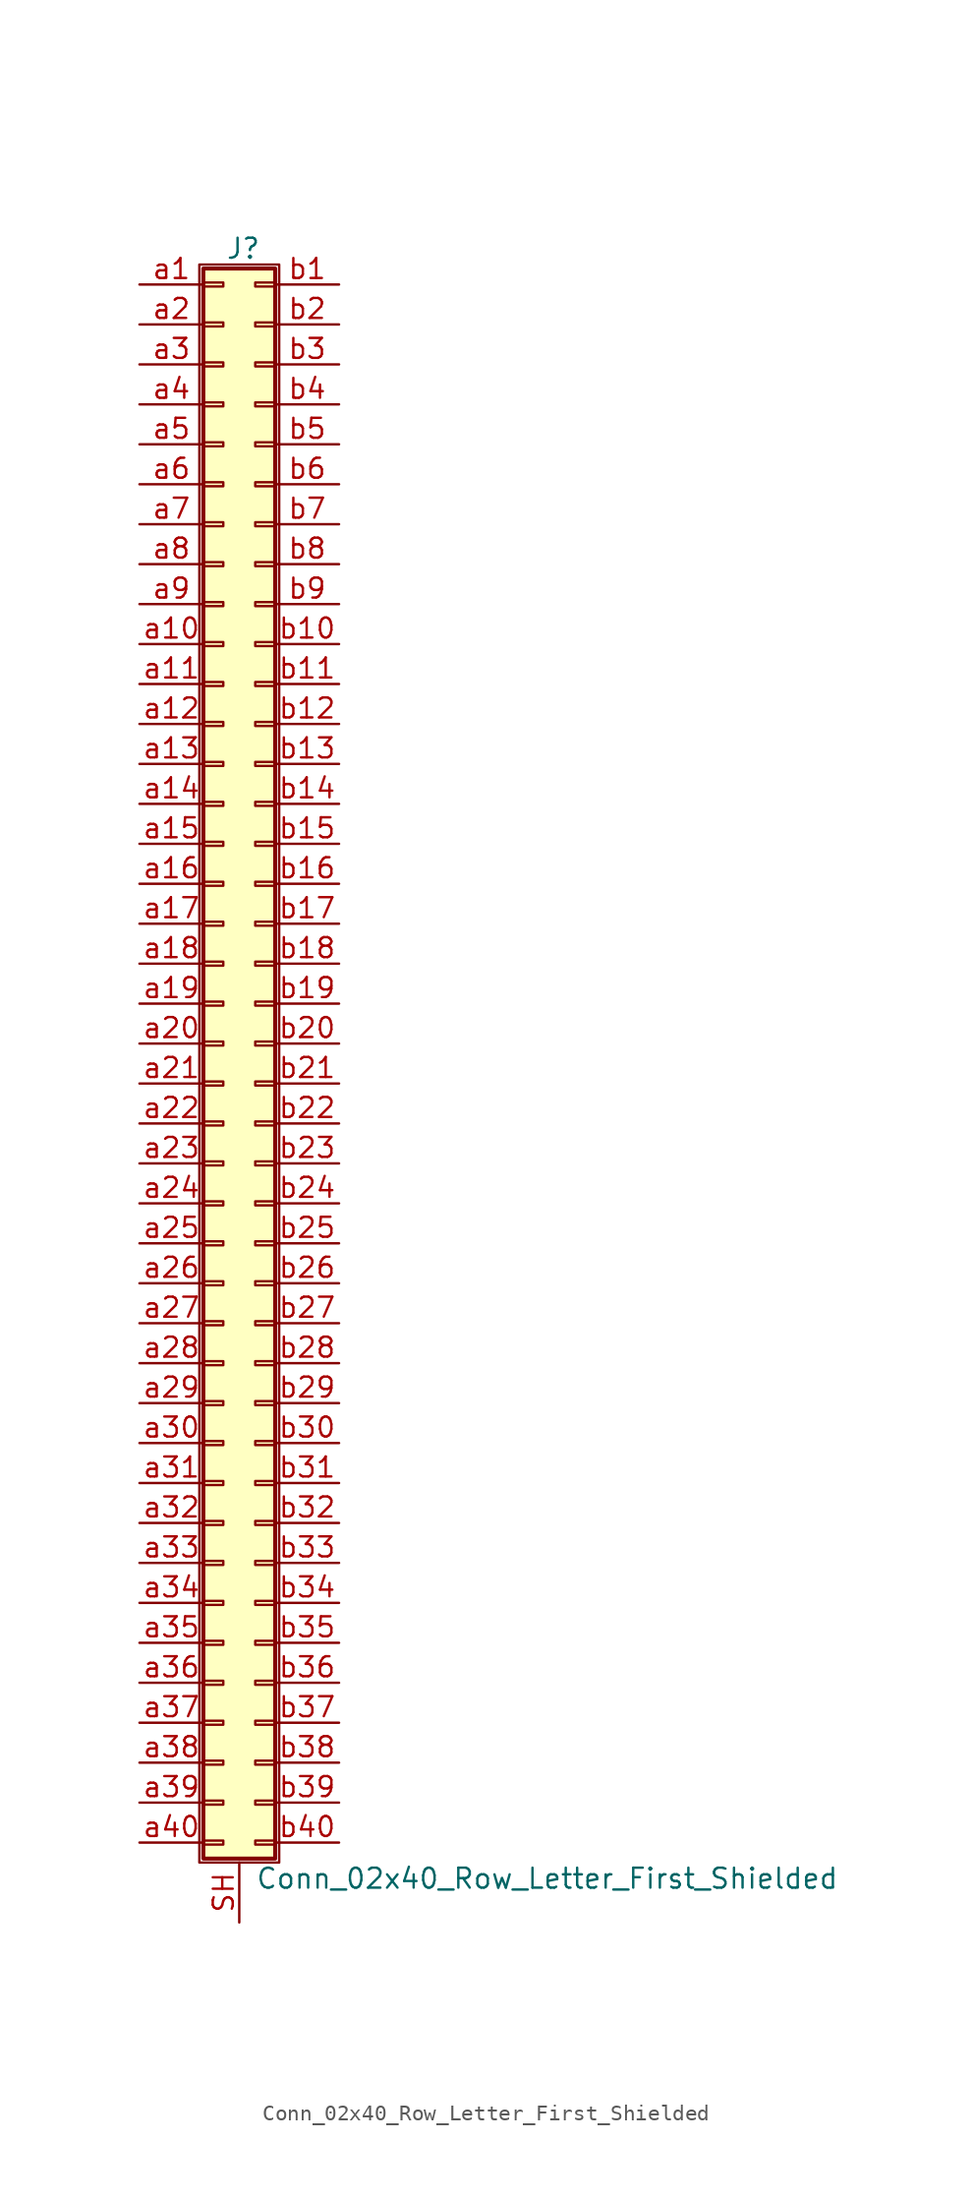
<source format=kicad_sym>
(kicad_symbol_lib
  (version 20220914)
  (generator kicad_symbol_editor)
  (symbol "Conn_02x40_Row_Letter_First_Shielded"
    (pin_names
      (offset 1.016) hide)
    (property "Reference" "J"
      (at 1.524 50.546 0)
      (effects (font (size 1.27 1.27))))
    (property "Value" "Conn_02x40_Row_Letter_First_Shielded"
      (at 2.286 -53.086 0)
      (effects (font (size 1.27 1.27)) (justify left)))
    (symbol "Conn_02x40_Row_Letter_First_Shielded_1_1"
      (rectangle (start -1.27 49.53) (end 3.81 -52.07) (stroke (width 0.152) (type default)) (fill (type none)))
      (rectangle (start -1.016 -50.673) (end 0.254 -50.927) (stroke (width 0.152) (type default)) (fill (type none)))
      (rectangle (start -1.016 -48.133) (end 0.254 -48.387) (stroke (width 0.152) (type default)) (fill (type none)))
      (rectangle (start -1.016 -45.593) (end 0.254 -45.847) (stroke (width 0.152) (type default)) (fill (type none)))
      (rectangle (start -1.016 -43.053) (end 0.254 -43.307) (stroke (width 0.152) (type default)) (fill (type none)))
      (rectangle (start -1.016 -40.513) (end 0.254 -40.767) (stroke (width 0.152) (type default)) (fill (type none)))
      (rectangle (start -1.016 -37.973) (end 0.254 -38.227) (stroke (width 0.152) (type default)) (fill (type none)))
      (rectangle (start -1.016 -35.433) (end 0.254 -35.687) (stroke (width 0.152) (type default)) (fill (type none)))
      (rectangle (start -1.016 -32.893) (end 0.254 -33.147) (stroke (width 0.152) (type default)) (fill (type none)))
      (rectangle (start -1.016 -30.353) (end 0.254 -30.607) (stroke (width 0.152) (type default)) (fill (type none)))
      (rectangle (start -1.016 -27.813) (end 0.254 -28.067) (stroke (width 0.152) (type default)) (fill (type none)))
      (rectangle (start -1.016 -25.273) (end 0.254 -25.527) (stroke (width 0.152) (type default)) (fill (type none)))
      (rectangle (start -1.016 -22.733) (end 0.254 -22.987) (stroke (width 0.152) (type default)) (fill (type none)))
      (rectangle (start -1.016 -20.193) (end 0.254 -20.447) (stroke (width 0.152) (type default)) (fill (type none)))
      (rectangle (start -1.016 -17.653) (end 0.254 -17.907) (stroke (width 0.152) (type default)) (fill (type none)))
      (rectangle (start -1.016 -15.113) (end 0.254 -15.367) (stroke (width 0.152) (type default)) (fill (type none)))
      (rectangle (start -1.016 -12.573) (end 0.254 -12.827) (stroke (width 0.152) (type default)) (fill (type none)))
      (rectangle (start -1.016 -10.033) (end 0.254 -10.287) (stroke (width 0.152) (type default)) (fill (type none)))
      (rectangle (start -1.016 -7.493) (end 0.254 -7.747) (stroke (width 0.152) (type default)) (fill (type none)))
      (rectangle (start -1.016 -4.953) (end 0.254 -5.207) (stroke (width 0.152) (type default)) (fill (type none)))
      (rectangle (start -1.016 -2.413) (end 0.254 -2.667) (stroke (width 0.152) (type default)) (fill (type none)))
      (rectangle (start -1.016 0.127) (end 0.254 -0.127) (stroke (width 0.152) (type default)) (fill (type none)))
      (rectangle (start -1.016 2.667) (end 0.254 2.413) (stroke (width 0.152) (type default)) (fill (type none)))
      (rectangle (start -1.016 5.207) (end 0.254 4.953) (stroke (width 0.152) (type default)) (fill (type none)))
      (rectangle (start -1.016 7.747) (end 0.254 7.493) (stroke (width 0.152) (type default)) (fill (type none)))
      (rectangle (start -1.016 10.287) (end 0.254 10.033) (stroke (width 0.152) (type default)) (fill (type none)))
      (rectangle (start -1.016 12.827) (end 0.254 12.573) (stroke (width 0.152) (type default)) (fill (type none)))
      (rectangle (start -1.016 15.367) (end 0.254 15.113) (stroke (width 0.152) (type default)) (fill (type none)))
      (rectangle (start -1.016 17.907) (end 0.254 17.653) (stroke (width 0.152) (type default)) (fill (type none)))
      (rectangle (start -1.016 20.447) (end 0.254 20.193) (stroke (width 0.152) (type default)) (fill (type none)))
      (rectangle (start -1.016 22.987) (end 0.254 22.733) (stroke (width 0.152) (type default)) (fill (type none)))
      (rectangle (start -1.016 25.527) (end 0.254 25.273) (stroke (width 0.152) (type default)) (fill (type none)))
      (rectangle (start -1.016 28.067) (end 0.254 27.813) (stroke (width 0.152) (type default)) (fill (type none)))
      (rectangle (start -1.016 30.607) (end 0.254 30.353) (stroke (width 0.152) (type default)) (fill (type none)))
      (rectangle (start -1.016 33.147) (end 0.254 32.893) (stroke (width 0.152) (type default)) (fill (type none)))
      (rectangle (start -1.016 35.687) (end 0.254 35.433) (stroke (width 0.152) (type default)) (fill (type none)))
      (rectangle (start -1.016 38.227) (end 0.254 37.973) (stroke (width 0.152) (type default)) (fill (type none)))
      (rectangle (start -1.016 40.767) (end 0.254 40.513) (stroke (width 0.152) (type default)) (fill (type none)))
      (rectangle (start -1.016 43.307) (end 0.254 43.053) (stroke (width 0.152) (type default)) (fill (type none)))
      (rectangle (start -1.016 45.847) (end 0.254 45.593) (stroke (width 0.152) (type default)) (fill (type none)))
      (rectangle (start -1.016 48.387) (end 0.254 48.133) (stroke (width 0.152) (type default)) (fill (type none)))
      (rectangle (start -1.016 49.276) (end 3.556 -51.816) (stroke (width 0.254) (type default)) (fill (type background)))
      (rectangle (start 3.556 -50.673) (end 2.286 -50.927) (stroke (width 0.152) (type default)) (fill (type none)))
      (rectangle (start 3.556 -48.133) (end 2.286 -48.387) (stroke (width 0.152) (type default)) (fill (type none)))
      (rectangle (start 3.556 -45.593) (end 2.286 -45.847) (stroke (width 0.152) (type default)) (fill (type none)))
      (rectangle (start 3.556 -43.053) (end 2.286 -43.307) (stroke (width 0.152) (type default)) (fill (type none)))
      (rectangle (start 3.556 -40.513) (end 2.286 -40.767) (stroke (width 0.152) (type default)) (fill (type none)))
      (rectangle (start 3.556 -37.973) (end 2.286 -38.227) (stroke (width 0.152) (type default)) (fill (type none)))
      (rectangle (start 3.556 -35.433) (end 2.286 -35.687) (stroke (width 0.152) (type default)) (fill (type none)))
      (rectangle (start 3.556 -32.893) (end 2.286 -33.147) (stroke (width 0.152) (type default)) (fill (type none)))
      (rectangle (start 3.556 -30.353) (end 2.286 -30.607) (stroke (width 0.152) (type default)) (fill (type none)))
      (rectangle (start 3.556 -27.813) (end 2.286 -28.067) (stroke (width 0.152) (type default)) (fill (type none)))
      (rectangle (start 3.556 -25.273) (end 2.286 -25.527) (stroke (width 0.152) (type default)) (fill (type none)))
      (rectangle (start 3.556 -22.733) (end 2.286 -22.987) (stroke (width 0.152) (type default)) (fill (type none)))
      (rectangle (start 3.556 -20.193) (end 2.286 -20.447) (stroke (width 0.152) (type default)) (fill (type none)))
      (rectangle (start 3.556 -17.653) (end 2.286 -17.907) (stroke (width 0.152) (type default)) (fill (type none)))
      (rectangle (start 3.556 -15.113) (end 2.286 -15.367) (stroke (width 0.152) (type default)) (fill (type none)))
      (rectangle (start 3.556 -12.573) (end 2.286 -12.827) (stroke (width 0.152) (type default)) (fill (type none)))
      (rectangle (start 3.556 -10.033) (end 2.286 -10.287) (stroke (width 0.152) (type default)) (fill (type none)))
      (rectangle (start 3.556 -7.493) (end 2.286 -7.747) (stroke (width 0.152) (type default)) (fill (type none)))
      (rectangle (start 3.556 -4.953) (end 2.286 -5.207) (stroke (width 0.152) (type default)) (fill (type none)))
      (rectangle (start 3.556 -2.413) (end 2.286 -2.667) (stroke (width 0.152) (type default)) (fill (type none)))
      (rectangle (start 3.556 0.127) (end 2.286 -0.127) (stroke (width 0.152) (type default)) (fill (type none)))
      (rectangle (start 3.556 2.667) (end 2.286 2.413) (stroke (width 0.152) (type default)) (fill (type none)))
      (rectangle (start 3.556 5.207) (end 2.286 4.953) (stroke (width 0.152) (type default)) (fill (type none)))
      (rectangle (start 3.556 7.747) (end 2.286 7.493) (stroke (width 0.152) (type default)) (fill (type none)))
      (rectangle (start 3.556 10.287) (end 2.286 10.033) (stroke (width 0.152) (type default)) (fill (type none)))
      (rectangle (start 3.556 12.827) (end 2.286 12.573) (stroke (width 0.152) (type default)) (fill (type none)))
      (rectangle (start 3.556 15.367) (end 2.286 15.113) (stroke (width 0.152) (type default)) (fill (type none)))
      (rectangle (start 3.556 17.907) (end 2.286 17.653) (stroke (width 0.152) (type default)) (fill (type none)))
      (rectangle (start 3.556 20.447) (end 2.286 20.193) (stroke (width 0.152) (type default)) (fill (type none)))
      (rectangle (start 3.556 22.987) (end 2.286 22.733) (stroke (width 0.152) (type default)) (fill (type none)))
      (rectangle (start 3.556 25.527) (end 2.286 25.273) (stroke (width 0.152) (type default)) (fill (type none)))
      (rectangle (start 3.556 28.067) (end 2.286 27.813) (stroke (width 0.152) (type default)) (fill (type none)))
      (rectangle (start 3.556 30.607) (end 2.286 30.353) (stroke (width 0.152) (type default)) (fill (type none)))
      (rectangle (start 3.556 33.147) (end 2.286 32.893) (stroke (width 0.152) (type default)) (fill (type none)))
      (rectangle (start 3.556 35.687) (end 2.286 35.433) (stroke (width 0.152) (type default)) (fill (type none)))
      (rectangle (start 3.556 38.227) (end 2.286 37.973) (stroke (width 0.152) (type default)) (fill (type none)))
      (rectangle (start 3.556 40.767) (end 2.286 40.513) (stroke (width 0.152) (type default)) (fill (type none)))
      (rectangle (start 3.556 43.307) (end 2.286 43.053) (stroke (width 0.152) (type default)) (fill (type none)))
      (rectangle (start 3.556 45.847) (end 2.286 45.593) (stroke (width 0.152) (type default)) (fill (type none)))
      (rectangle (start 3.556 48.387) (end 2.286 48.133) (stroke (width 0.152) (type default)) (fill (type none)))
      (pin passive line (at 1.27 -55.88 90) (length 3.81) (name "Shield" (effects (font (size 1.27 1.27)))) (number "SH" (effects (font (size 1.27 1.27)))))
      (pin passive line (at -5.08 48.26 0) (length 4.064) (name "Pin_a1" (effects (font (size 1.27 1.27)))) (number "a1" (effects (font (size 1.27 1.27)))))
      (pin passive line (at -5.08 25.4 0) (length 4.064) (name "Pin_a10" (effects (font (size 1.27 1.27)))) (number "a10" (effects (font (size 1.27 1.27)))))
      (pin passive line (at -5.08 22.86 0) (length 4.064) (name "Pin_a11" (effects (font (size 1.27 1.27)))) (number "a11" (effects (font (size 1.27 1.27)))))
      (pin passive line (at -5.08 20.32 0) (length 4.064) (name "Pin_a12" (effects (font (size 1.27 1.27)))) (number "a12" (effects (font (size 1.27 1.27)))))
      (pin passive line (at -5.08 17.78 0) (length 4.064) (name "Pin_a13" (effects (font (size 1.27 1.27)))) (number "a13" (effects (font (size 1.27 1.27)))))
      (pin passive line (at -5.08 15.24 0) (length 4.064) (name "Pin_a14" (effects (font (size 1.27 1.27)))) (number "a14" (effects (font (size 1.27 1.27)))))
      (pin passive line (at -5.08 12.7 0) (length 4.064) (name "Pin_a15" (effects (font (size 1.27 1.27)))) (number "a15" (effects (font (size 1.27 1.27)))))
      (pin passive line (at -5.08 10.16 0) (length 4.064) (name "Pin_a16" (effects (font (size 1.27 1.27)))) (number "a16" (effects (font (size 1.27 1.27)))))
      (pin passive line (at -5.08 7.62 0) (length 4.064) (name "Pin_a17" (effects (font (size 1.27 1.27)))) (number "a17" (effects (font (size 1.27 1.27)))))
      (pin passive line (at -5.08 5.08 0) (length 4.064) (name "Pin_a18" (effects (font (size 1.27 1.27)))) (number "a18" (effects (font (size 1.27 1.27)))))
      (pin passive line (at -5.08 2.54 0) (length 4.064) (name "Pin_a19" (effects (font (size 1.27 1.27)))) (number "a19" (effects (font (size 1.27 1.27)))))
      (pin passive line (at -5.08 45.72 0) (length 4.064) (name "Pin_a2" (effects (font (size 1.27 1.27)))) (number "a2" (effects (font (size 1.27 1.27)))))
      (pin passive line (at -5.08 0 0) (length 4.064) (name "Pin_a20" (effects (font (size 1.27 1.27)))) (number "a20" (effects (font (size 1.27 1.27)))))
      (pin passive line (at -5.08 -2.54 0) (length 4.064) (name "Pin_a21" (effects (font (size 1.27 1.27)))) (number "a21" (effects (font (size 1.27 1.27)))))
      (pin passive line (at -5.08 -5.08 0) (length 4.064) (name "Pin_a22" (effects (font (size 1.27 1.27)))) (number "a22" (effects (font (size 1.27 1.27)))))
      (pin passive line (at -5.08 -7.62 0) (length 4.064) (name "Pin_a23" (effects (font (size 1.27 1.27)))) (number "a23" (effects (font (size 1.27 1.27)))))
      (pin passive line (at -5.08 -10.16 0) (length 4.064) (name "Pin_a24" (effects (font (size 1.27 1.27)))) (number "a24" (effects (font (size 1.27 1.27)))))
      (pin passive line (at -5.08 -12.7 0) (length 4.064) (name "Pin_a25" (effects (font (size 1.27 1.27)))) (number "a25" (effects (font (size 1.27 1.27)))))
      (pin passive line (at -5.08 -15.24 0) (length 4.064) (name "Pin_a26" (effects (font (size 1.27 1.27)))) (number "a26" (effects (font (size 1.27 1.27)))))
      (pin passive line (at -5.08 -17.78 0) (length 4.064) (name "Pin_a27" (effects (font (size 1.27 1.27)))) (number "a27" (effects (font (size 1.27 1.27)))))
      (pin passive line (at -5.08 -20.32 0) (length 4.064) (name "Pin_a28" (effects (font (size 1.27 1.27)))) (number "a28" (effects (font (size 1.27 1.27)))))
      (pin passive line (at -5.08 -22.86 0) (length 4.064) (name "Pin_a29" (effects (font (size 1.27 1.27)))) (number "a29" (effects (font (size 1.27 1.27)))))
      (pin passive line (at -5.08 43.18 0) (length 4.064) (name "Pin_a3" (effects (font (size 1.27 1.27)))) (number "a3" (effects (font (size 1.27 1.27)))))
      (pin passive line (at -5.08 -25.4 0) (length 4.064) (name "Pin_a30" (effects (font (size 1.27 1.27)))) (number "a30" (effects (font (size 1.27 1.27)))))
      (pin passive line (at -5.08 -27.94 0) (length 4.064) (name "Pin_a31" (effects (font (size 1.27 1.27)))) (number "a31" (effects (font (size 1.27 1.27)))))
      (pin passive line (at -5.08 -30.48 0) (length 4.064) (name "Pin_a32" (effects (font (size 1.27 1.27)))) (number "a32" (effects (font (size 1.27 1.27)))))
      (pin passive line (at -5.08 -33.02 0) (length 4.064) (name "Pin_a33" (effects (font (size 1.27 1.27)))) (number "a33" (effects (font (size 1.27 1.27)))))
      (pin passive line (at -5.08 -35.56 0) (length 4.064) (name "Pin_a34" (effects (font (size 1.27 1.27)))) (number "a34" (effects (font (size 1.27 1.27)))))
      (pin passive line (at -5.08 -38.1 0) (length 4.064) (name "Pin_a35" (effects (font (size 1.27 1.27)))) (number "a35" (effects (font (size 1.27 1.27)))))
      (pin passive line (at -5.08 -40.64 0) (length 4.064) (name "Pin_a36" (effects (font (size 1.27 1.27)))) (number "a36" (effects (font (size 1.27 1.27)))))
      (pin passive line (at -5.08 -43.18 0) (length 4.064) (name "Pin_a37" (effects (font (size 1.27 1.27)))) (number "a37" (effects (font (size 1.27 1.27)))))
      (pin passive line (at -5.08 -45.72 0) (length 4.064) (name "Pin_a38" (effects (font (size 1.27 1.27)))) (number "a38" (effects (font (size 1.27 1.27)))))
      (pin passive line (at -5.08 -48.26 0) (length 4.064) (name "Pin_a39" (effects (font (size 1.27 1.27)))) (number "a39" (effects (font (size 1.27 1.27)))))
      (pin passive line (at -5.08 40.64 0) (length 4.064) (name "Pin_a4" (effects (font (size 1.27 1.27)))) (number "a4" (effects (font (size 1.27 1.27)))))
      (pin passive line (at -5.08 -50.8 0) (length 4.064) (name "Pin_a40" (effects (font (size 1.27 1.27)))) (number "a40" (effects (font (size 1.27 1.27)))))
      (pin passive line (at -5.08 38.1 0) (length 4.064) (name "Pin_a5" (effects (font (size 1.27 1.27)))) (number "a5" (effects (font (size 1.27 1.27)))))
      (pin passive line (at -5.08 35.56 0) (length 4.064) (name "Pin_a6" (effects (font (size 1.27 1.27)))) (number "a6" (effects (font (size 1.27 1.27)))))
      (pin passive line (at -5.08 33.02 0) (length 4.064) (name "Pin_a7" (effects (font (size 1.27 1.27)))) (number "a7" (effects (font (size 1.27 1.27)))))
      (pin passive line (at -5.08 30.48 0) (length 4.064) (name "Pin_a8" (effects (font (size 1.27 1.27)))) (number "a8" (effects (font (size 1.27 1.27)))))
      (pin passive line (at -5.08 27.94 0) (length 4.064) (name "Pin_a9" (effects (font (size 1.27 1.27)))) (number "a9" (effects (font (size 1.27 1.27)))))
      (pin passive line (at 7.62 48.26 180) (length 4.064) (name "Pin_b1" (effects (font (size 1.27 1.27)))) (number "b1" (effects (font (size 1.27 1.27)))))
      (pin passive line (at 7.62 25.4 180) (length 4.064) (name "Pin_b10" (effects (font (size 1.27 1.27)))) (number "b10" (effects (font (size 1.27 1.27)))))
      (pin passive line (at 7.62 22.86 180) (length 4.064) (name "Pin_b11" (effects (font (size 1.27 1.27)))) (number "b11" (effects (font (size 1.27 1.27)))))
      (pin passive line (at 7.62 20.32 180) (length 4.064) (name "Pin_b12" (effects (font (size 1.27 1.27)))) (number "b12" (effects (font (size 1.27 1.27)))))
      (pin passive line (at 7.62 17.78 180) (length 4.064) (name "Pin_b13" (effects (font (size 1.27 1.27)))) (number "b13" (effects (font (size 1.27 1.27)))))
      (pin passive line (at 7.62 15.24 180) (length 4.064) (name "Pin_b14" (effects (font (size 1.27 1.27)))) (number "b14" (effects (font (size 1.27 1.27)))))
      (pin passive line (at 7.62 12.7 180) (length 4.064) (name "Pin_b15" (effects (font (size 1.27 1.27)))) (number "b15" (effects (font (size 1.27 1.27)))))
      (pin passive line (at 7.62 10.16 180) (length 4.064) (name "Pin_b16" (effects (font (size 1.27 1.27)))) (number "b16" (effects (font (size 1.27 1.27)))))
      (pin passive line (at 7.62 7.62 180) (length 4.064) (name "Pin_b17" (effects (font (size 1.27 1.27)))) (number "b17" (effects (font (size 1.27 1.27)))))
      (pin passive line (at 7.62 5.08 180) (length 4.064) (name "Pin_b18" (effects (font (size 1.27 1.27)))) (number "b18" (effects (font (size 1.27 1.27)))))
      (pin passive line (at 7.62 2.54 180) (length 4.064) (name "Pin_b19" (effects (font (size 1.27 1.27)))) (number "b19" (effects (font (size 1.27 1.27)))))
      (pin passive line (at 7.62 45.72 180) (length 4.064) (name "Pin_b2" (effects (font (size 1.27 1.27)))) (number "b2" (effects (font (size 1.27 1.27)))))
      (pin passive line (at 7.62 0 180) (length 4.064) (name "Pin_b20" (effects (font (size 1.27 1.27)))) (number "b20" (effects (font (size 1.27 1.27)))))
      (pin passive line (at 7.62 -2.54 180) (length 4.064) (name "Pin_b21" (effects (font (size 1.27 1.27)))) (number "b21" (effects (font (size 1.27 1.27)))))
      (pin passive line (at 7.62 -5.08 180) (length 4.064) (name "Pin_b22" (effects (font (size 1.27 1.27)))) (number "b22" (effects (font (size 1.27 1.27)))))
      (pin passive line (at 7.62 -7.62 180) (length 4.064) (name "Pin_b23" (effects (font (size 1.27 1.27)))) (number "b23" (effects (font (size 1.27 1.27)))))
      (pin passive line (at 7.62 -10.16 180) (length 4.064) (name "Pin_b24" (effects (font (size 1.27 1.27)))) (number "b24" (effects (font (size 1.27 1.27)))))
      (pin passive line (at 7.62 -12.7 180) (length 4.064) (name "Pin_b25" (effects (font (size 1.27 1.27)))) (number "b25" (effects (font (size 1.27 1.27)))))
      (pin passive line (at 7.62 -15.24 180) (length 4.064) (name "Pin_b26" (effects (font (size 1.27 1.27)))) (number "b26" (effects (font (size 1.27 1.27)))))
      (pin passive line (at 7.62 -17.78 180) (length 4.064) (name "Pin_b27" (effects (font (size 1.27 1.27)))) (number "b27" (effects (font (size 1.27 1.27)))))
      (pin passive line (at 7.62 -20.32 180) (length 4.064) (name "Pin_b28" (effects (font (size 1.27 1.27)))) (number "b28" (effects (font (size 1.27 1.27)))))
      (pin passive line (at 7.62 -22.86 180) (length 4.064) (name "Pin_b29" (effects (font (size 1.27 1.27)))) (number "b29" (effects (font (size 1.27 1.27)))))
      (pin passive line (at 7.62 43.18 180) (length 4.064) (name "Pin_b3" (effects (font (size 1.27 1.27)))) (number "b3" (effects (font (size 1.27 1.27)))))
      (pin passive line (at 7.62 -25.4 180) (length 4.064) (name "Pin_b30" (effects (font (size 1.27 1.27)))) (number "b30" (effects (font (size 1.27 1.27)))))
      (pin passive line (at 7.62 -27.94 180) (length 4.064) (name "Pin_b31" (effects (font (size 1.27 1.27)))) (number "b31" (effects (font (size 1.27 1.27)))))
      (pin passive line (at 7.62 -30.48 180) (length 4.064) (name "Pin_b32" (effects (font (size 1.27 1.27)))) (number "b32" (effects (font (size 1.27 1.27)))))
      (pin passive line (at 7.62 -33.02 180) (length 4.064) (name "Pin_b33" (effects (font (size 1.27 1.27)))) (number "b33" (effects (font (size 1.27 1.27)))))
      (pin passive line (at 7.62 -35.56 180) (length 4.064) (name "Pin_b34" (effects (font (size 1.27 1.27)))) (number "b34" (effects (font (size 1.27 1.27)))))
      (pin passive line (at 7.62 -38.1 180) (length 4.064) (name "Pin_b35" (effects (font (size 1.27 1.27)))) (number "b35" (effects (font (size 1.27 1.27)))))
      (pin passive line (at 7.62 -40.64 180) (length 4.064) (name "Pin_b36" (effects (font (size 1.27 1.27)))) (number "b36" (effects (font (size 1.27 1.27)))))
      (pin passive line (at 7.62 -43.18 180) (length 4.064) (name "Pin_b37" (effects (font (size 1.27 1.27)))) (number "b37" (effects (font (size 1.27 1.27)))))
      (pin passive line (at 7.62 -45.72 180) (length 4.064) (name "Pin_b38" (effects (font (size 1.27 1.27)))) (number "b38" (effects (font (size 1.27 1.27)))))
      (pin passive line (at 7.62 -48.26 180) (length 4.064) (name "Pin_b39" (effects (font (size 1.27 1.27)))) (number "b39" (effects (font (size 1.27 1.27)))))
      (pin passive line (at 7.62 40.64 180) (length 4.064) (name "Pin_b4" (effects (font (size 1.27 1.27)))) (number "b4" (effects (font (size 1.27 1.27)))))
      (pin passive line (at 7.62 -50.8 180) (length 4.064) (name "Pin_b40" (effects (font (size 1.27 1.27)))) (number "b40" (effects (font (size 1.27 1.27)))))
      (pin passive line (at 7.62 38.1 180) (length 4.064) (name "Pin_b5" (effects (font (size 1.27 1.27)))) (number "b5" (effects (font (size 1.27 1.27)))))
      (pin passive line (at 7.62 35.56 180) (length 4.064) (name "Pin_b6" (effects (font (size 1.27 1.27)))) (number "b6" (effects (font (size 1.27 1.27)))))
      (pin passive line (at 7.62 33.02 180) (length 4.064) (name "Pin_b7" (effects (font (size 1.27 1.27)))) (number "b7" (effects (font (size 1.27 1.27)))))
      (pin passive line (at 7.62 30.48 180) (length 4.064) (name "Pin_b8" (effects (font (size 1.27 1.27)))) (number "b8" (effects (font (size 1.27 1.27)))))
      (pin passive line (at 7.62 27.94 180) (length 4.064) (name "Pin_b9" (effects (font (size 1.27 1.27)))) (number "b9" (effects (font (size 1.27 1.27))))))))
</source>
